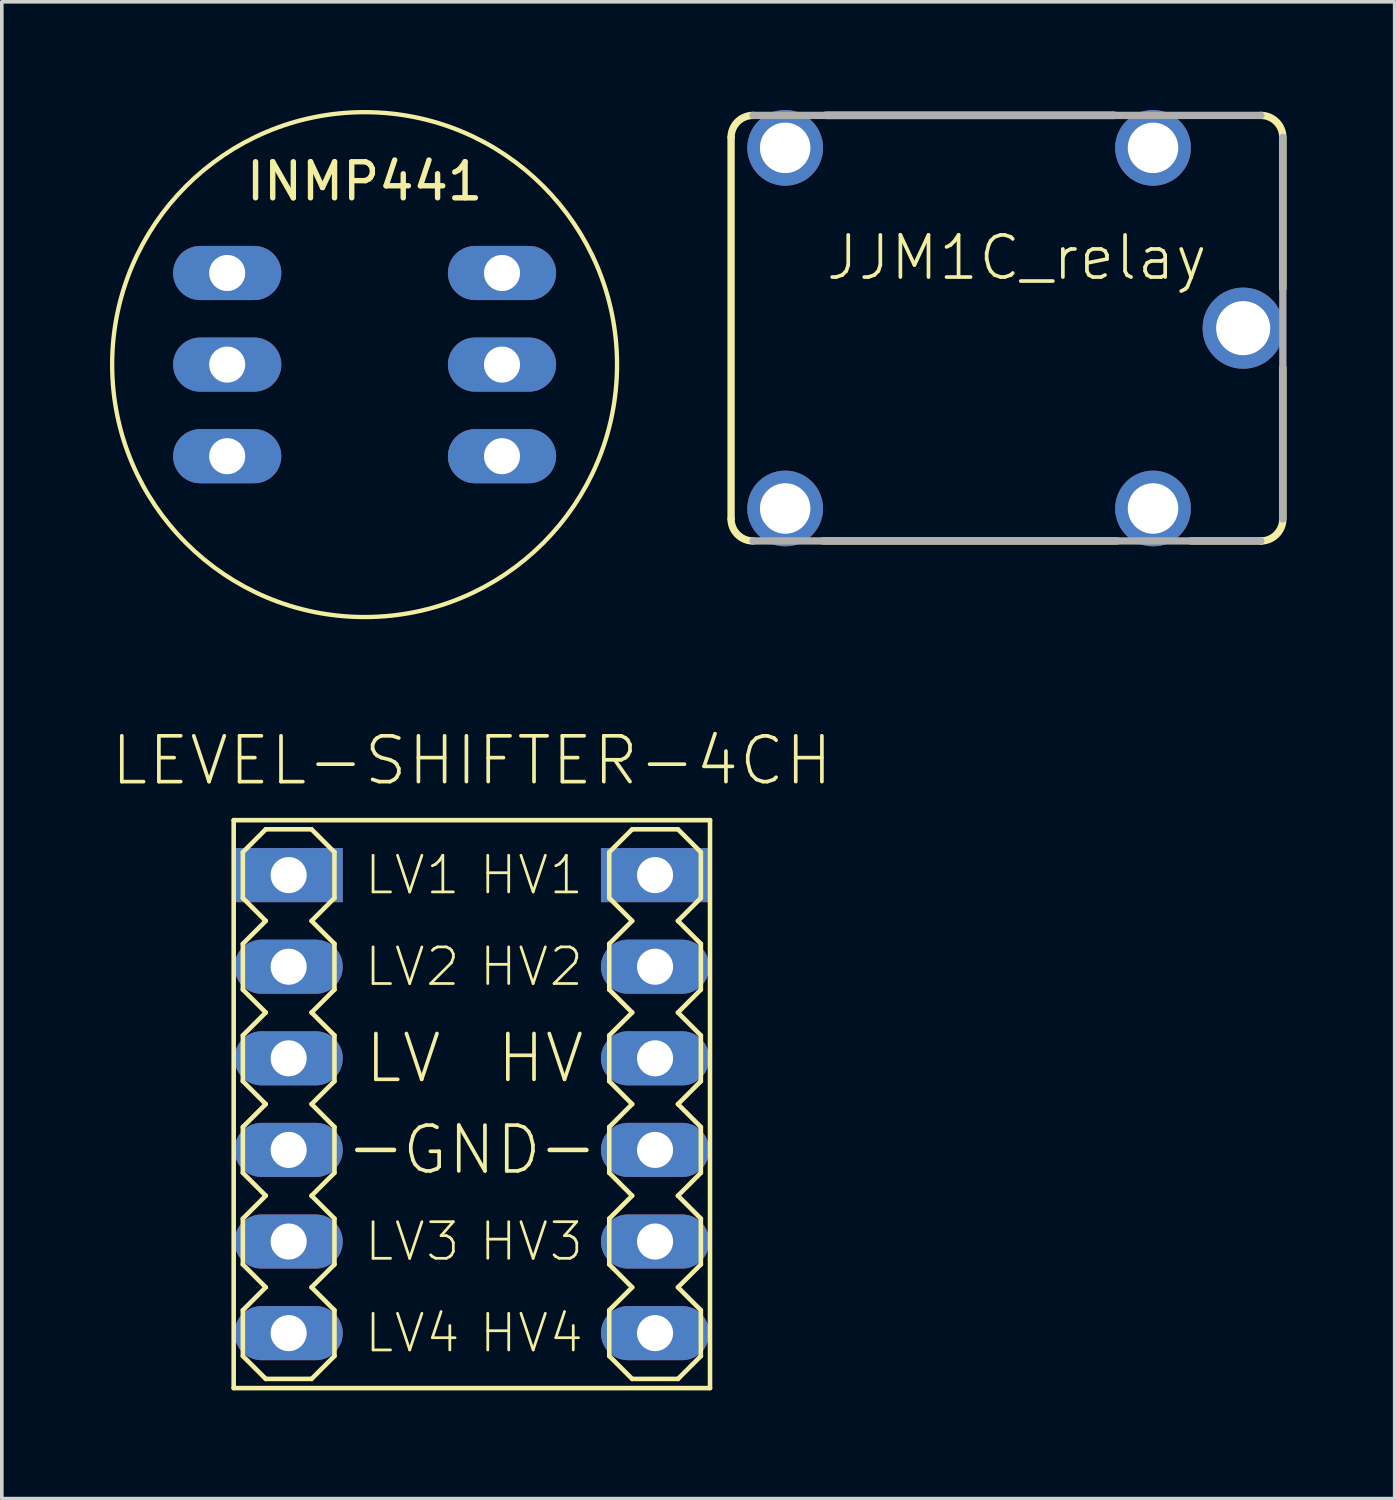
<source format=kicad_pcb>
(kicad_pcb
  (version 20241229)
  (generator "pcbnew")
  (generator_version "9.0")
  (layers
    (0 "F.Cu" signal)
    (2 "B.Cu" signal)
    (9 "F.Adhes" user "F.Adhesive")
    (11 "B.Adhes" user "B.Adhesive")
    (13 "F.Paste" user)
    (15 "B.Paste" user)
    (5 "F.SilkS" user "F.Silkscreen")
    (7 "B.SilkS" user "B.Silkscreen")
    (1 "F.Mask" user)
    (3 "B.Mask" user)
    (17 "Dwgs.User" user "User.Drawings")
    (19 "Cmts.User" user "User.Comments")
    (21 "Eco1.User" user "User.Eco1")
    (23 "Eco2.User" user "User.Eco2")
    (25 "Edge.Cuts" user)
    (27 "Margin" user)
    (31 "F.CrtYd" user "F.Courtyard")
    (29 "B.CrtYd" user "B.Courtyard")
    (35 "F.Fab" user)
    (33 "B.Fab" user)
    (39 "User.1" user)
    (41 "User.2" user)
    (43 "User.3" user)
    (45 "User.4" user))
  (footprint "INMP441"
    (layer "F.Cu")
    (at 7.06 7.06)
    (property "Reference" "INMP441" (at 0 -5.08 0) (unlocked yes) (layer "F.SilkS") (effects (font (size 1 1) (thickness 0.15))))
    (attr through_hole)
    (fp_circle (center 0 0) (end 7 0) (stroke (width 0.12) (type solid)) (fill no) (layer "F.SilkS"))
    (pad "GND" thru_hole oval (at -3.81 -2.54) (size 3 1.5) (drill 1) (layers "*.Cu" "*.Mask"))
    (pad "L/R" thru_hole oval (at 3.81 -2.54) (size 3 1.5) (drill 1) (layers "*.Cu" "*.Mask"))
    (pad "SCK" thru_hole oval (at 3.81 2.54) (size 3 1.5) (drill 1) (layers "*.Cu" "*.Mask"))
    (pad "SD" thru_hole oval (at -3.81 2.54) (size 3 1.5) (drill 1) (layers "*.Cu" "*.Mask"))
    (pad "VDD" thru_hole oval (at -3.81 0) (size 3 1.5) (drill 1) (layers "*.Cu" "*.Mask"))
    (pad "WS" thru_hole oval (at 3.81 0) (size 3 1.5) (drill 1) (layers "*.Cu" "*.Mask")))
  (footprint "JJM1C_relay"
    (layer "F.Cu")
    (at 24.872 6.05)
    (property "Reference" "JJM1C_relay" (at -5.08 -1.27 0) (layer "F.SilkS") (effects (font (size 1.168 1.168) (thickness 0.102)) (justify left bottom)))
    (attr through_hole)
    (fp_line (start -7.65 5.29) (end -7.65 -5.29) (stroke (width 0.203) (type solid)) (layer "F.SilkS"))
    (fp_line (start -5.05 -5.9) (end 2.95 -5.9) (stroke (width 0.203) (type solid)) (layer "F.SilkS"))
    (fp_line (start -5 -5.9) (end 2.95 -5.9) (stroke (width 0.203) (type solid)) (layer "F.SilkS"))
    (fp_line (start 2.95 -5.9) (end 3 -5.9) (stroke (width 0.203) (type solid)) (layer "F.SilkS"))
    (fp_line (start 3.05 5.9) (end -5.1 5.9) (stroke (width 0.203) (type solid)) (layer "F.SilkS"))
    (fp_line (start 7.05 5.9) (end 5.1 5.9) (stroke (width 0.203) (type solid)) (layer "F.SilkS"))
    (fp_line (start 7.65 -5.25) (end 7.65 -1.1) (stroke (width 0.203) (type solid)) (layer "F.SilkS"))
    (fp_line (start 7.65 1.1) (end 7.65 5.25) (stroke (width 0.203) (type solid)) (layer "F.SilkS"))
    (fp_arc (start -7.65 -5.2904) (mid -7.471452 -5.721452) (end -7.0404 -5.9) (stroke (width 0.2032) (type solid)) (layer "F.SilkS"))
    (fp_arc (start -7.0404 5.9) (mid -7.471452 5.721452) (end -7.65 5.2904) (stroke (width 0.2032) (type solid)) (layer "F.SilkS"))
    (fp_arc (start 7.0404 -5.9) (mid 7.471452 -5.721452) (end 7.65 -5.2904) (stroke (width 0.2032) (type solid)) (layer "F.SilkS"))
    (fp_arc (start 7.05 5.9) (mid 7.0452 5.900019) (end 7.0404 5.9) (stroke (width 0.2032) (type solid)) (layer "F.SilkS"))
    (fp_arc (start 7.65 5.2904) (mid 7.474831 5.718065) (end 7.05 5.9) (stroke (width 0.2032) (type solid)) (layer "F.SilkS"))
    (fp_line (start -7.04 -5.9) (end 7.04 -5.9) (stroke (width 0.203) (type solid)) (layer "F.Fab"))
    (fp_line (start 7.04 5.9) (end -7.04 5.9) (stroke (width 0.203) (type solid)) (layer "F.Fab"))
    (fp_line (start 7.65 -5.29) (end 7.65 5.29) (stroke (width 0.203) (type solid)) (layer "F.Fab"))
    (pad "1" thru_hole circle (at 6.55 0 180) (size 2.25 2.25) (drill 1.5) (layers "*.Cu" "*.Mask"))
    (pad "2" thru_hole circle (at 4.05 5 180) (size 2.1 2.1) (drill 1.4) (layers "*.Cu" "*.Mask"))
    (pad "3" thru_hole circle (at -6.15 -5 180) (size 2.1 2.1) (drill 1.4) (layers "*.Cu" "*.Mask"))
    (pad "4" thru_hole circle (at -6.15 5 180) (size 2.1 2.1) (drill 1.4) (layers "*.Cu" "*.Mask"))
    (pad "5" thru_hole circle (at 4.05 -5 180) (size 2.1 2.1) (drill 1.4) (layers "*.Cu" "*.Mask")))
  (footprint "LEVEL-SHIFTER-4CH"
    (layer "F.Cu")
    (at 10.034 27.566)
    (property "Reference" "LEVEL-SHIFTER-4CH" (at 0 -9.525 0) (layer "F.SilkS") (effects (font (size 1.27 1.27) (thickness 0.102))))
    (attr exclude_from_pos_files exclude_from_bom)
    (fp_line (start -6.604 -7.874) (end 6.604 -7.874) (stroke (width 0.127) (type solid)) (layer "F.SilkS"))
    (fp_line (start -6.604 7.874) (end -6.604 -7.874) (stroke (width 0.127) (type solid)) (layer "F.SilkS"))
    (fp_line (start -6.35 -6.985) (end -6.35 -5.715) (stroke (width 0.127) (type solid)) (layer "F.SilkS"))
    (fp_line (start -6.35 -6.985) (end -5.715 -7.62) (stroke (width 0.127) (type solid)) (layer "F.SilkS"))
    (fp_line (start -6.35 -5.715) (end -5.715 -5.08) (stroke (width 0.127) (type solid)) (layer "F.SilkS"))
    (fp_line (start -6.35 -4.445) (end -6.35 -3.175) (stroke (width 0.127) (type solid)) (layer "F.SilkS"))
    (fp_line (start -6.35 -3.175) (end -5.715 -2.54) (stroke (width 0.127) (type solid)) (layer "F.SilkS"))
    (fp_line (start -6.35 -1.905) (end -6.35 -0.635) (stroke (width 0.127) (type solid)) (layer "F.SilkS"))
    (fp_line (start -6.35 -0.635) (end -5.715 0) (stroke (width 0.127) (type solid)) (layer "F.SilkS"))
    (fp_line (start -6.35 0.635) (end -6.35 1.905) (stroke (width 0.127) (type solid)) (layer "F.SilkS"))
    (fp_line (start -6.35 1.905) (end -5.715 2.54) (stroke (width 0.127) (type solid)) (layer "F.SilkS"))
    (fp_line (start -6.35 3.175) (end -6.35 4.445) (stroke (width 0.127) (type solid)) (layer "F.SilkS"))
    (fp_line (start -6.35 4.445) (end -5.715 5.08) (stroke (width 0.127) (type solid)) (layer "F.SilkS"))
    (fp_line (start -6.35 5.715) (end -6.35 6.985) (stroke (width 0.127) (type solid)) (layer "F.SilkS"))
    (fp_line (start -5.715 -7.62) (end -4.445 -7.62) (stroke (width 0.127) (type solid)) (layer "F.SilkS"))
    (fp_line (start -5.715 -5.08) (end -6.35 -4.445) (stroke (width 0.127) (type solid)) (layer "F.SilkS"))
    (fp_line (start -5.715 -2.54) (end -6.35 -1.905) (stroke (width 0.127) (type solid)) (layer "F.SilkS"))
    (fp_line (start -5.715 0) (end -6.35 0.635) (stroke (width 0.127) (type solid)) (layer "F.SilkS"))
    (fp_line (start -5.715 2.54) (end -6.35 3.175) (stroke (width 0.127) (type solid)) (layer "F.SilkS"))
    (fp_line (start -5.715 5.08) (end -6.35 5.715) (stroke (width 0.127) (type solid)) (layer "F.SilkS"))
    (fp_line (start -5.715 7.62) (end -6.35 6.985) (stroke (width 0.127) (type solid)) (layer "F.SilkS"))
    (fp_line (start -4.445 -7.62) (end -3.81 -6.985) (stroke (width 0.127) (type solid)) (layer "F.SilkS"))
    (fp_line (start -4.445 -5.08) (end -3.81 -4.445) (stroke (width 0.127) (type solid)) (layer "F.SilkS"))
    (fp_line (start -4.445 -2.54) (end -3.81 -1.905) (stroke (width 0.127) (type solid)) (layer "F.SilkS"))
    (fp_line (start -4.445 0) (end -3.81 0.635) (stroke (width 0.127) (type solid)) (layer "F.SilkS"))
    (fp_line (start -4.445 2.54) (end -3.81 3.175) (stroke (width 0.127) (type solid)) (layer "F.SilkS"))
    (fp_line (start -4.445 5.08) (end -3.81 5.715) (stroke (width 0.127) (type solid)) (layer "F.SilkS"))
    (fp_line (start -4.445 7.62) (end -5.715 7.62) (stroke (width 0.127) (type solid)) (layer "F.SilkS"))
    (fp_line (start -3.81 -6.985) (end -3.81 -5.715) (stroke (width 0.127) (type solid)) (layer "F.SilkS"))
    (fp_line (start -3.81 -5.715) (end -4.445 -5.08) (stroke (width 0.127) (type solid)) (layer "F.SilkS"))
    (fp_line (start -3.81 -4.445) (end -3.81 -3.175) (stroke (width 0.127) (type solid)) (layer "F.SilkS"))
    (fp_line (start -3.81 -3.175) (end -4.445 -2.54) (stroke (width 0.127) (type solid)) (layer "F.SilkS"))
    (fp_line (start -3.81 -1.905) (end -3.81 -0.635) (stroke (width 0.127) (type solid)) (layer "F.SilkS"))
    (fp_line (start -3.81 -0.635) (end -4.445 0) (stroke (width 0.127) (type solid)) (layer "F.SilkS"))
    (fp_line (start -3.81 0.635) (end -3.81 1.905) (stroke (width 0.127) (type solid)) (layer "F.SilkS"))
    (fp_line (start -3.81 1.905) (end -4.445 2.54) (stroke (width 0.127) (type solid)) (layer "F.SilkS"))
    (fp_line (start -3.81 3.175) (end -3.81 4.445) (stroke (width 0.127) (type solid)) (layer "F.SilkS"))
    (fp_line (start -3.81 4.445) (end -4.445 5.08) (stroke (width 0.127) (type solid)) (layer "F.SilkS"))
    (fp_line (start -3.81 5.715) (end -3.81 6.985) (stroke (width 0.127) (type solid)) (layer "F.SilkS"))
    (fp_line (start -3.81 6.985) (end -4.445 7.62) (stroke (width 0.127) (type solid)) (layer "F.SilkS"))
    (fp_line (start -2.159 1.27) (end -3.175 1.27) (stroke (width 0.127) (type solid)) (layer "F.SilkS"))
    (fp_line (start 2.159 1.27) (end 3.175 1.27) (stroke (width 0.127) (type solid)) (layer "F.SilkS"))
    (fp_line (start 3.81 -6.985) (end 3.81 -5.715) (stroke (width 0.127) (type solid)) (layer "F.SilkS"))
    (fp_line (start 3.81 -5.715) (end 4.445 -5.08) (stroke (width 0.127) (type solid)) (layer "F.SilkS"))
    (fp_line (start 3.81 -4.445) (end 3.81 -3.175) (stroke (width 0.127) (type solid)) (layer "F.SilkS"))
    (fp_line (start 3.81 -3.175) (end 4.445 -2.54) (stroke (width 0.127) (type solid)) (layer "F.SilkS"))
    (fp_line (start 3.81 -1.905) (end 3.81 -0.635) (stroke (width 0.127) (type solid)) (layer "F.SilkS"))
    (fp_line (start 3.81 -0.635) (end 4.445 0) (stroke (width 0.127) (type solid)) (layer "F.SilkS"))
    (fp_line (start 3.81 0.635) (end 3.81 1.905) (stroke (width 0.127) (type solid)) (layer "F.SilkS"))
    (fp_line (start 3.81 1.905) (end 4.445 2.54) (stroke (width 0.127) (type solid)) (layer "F.SilkS"))
    (fp_line (start 3.81 3.175) (end 3.81 4.445) (stroke (width 0.127) (type solid)) (layer "F.SilkS"))
    (fp_line (start 3.81 4.445) (end 4.445 5.08) (stroke (width 0.127) (type solid)) (layer "F.SilkS"))
    (fp_line (start 3.81 5.715) (end 3.81 6.985) (stroke (width 0.127) (type solid)) (layer "F.SilkS"))
    (fp_line (start 3.81 6.985) (end 4.445 7.62) (stroke (width 0.127) (type solid)) (layer "F.SilkS"))
    (fp_line (start 4.445 -7.62) (end 3.81 -6.985) (stroke (width 0.127) (type solid)) (layer "F.SilkS"))
    (fp_line (start 4.445 -7.62) (end 5.715 -7.62) (stroke (width 0.127) (type solid)) (layer "F.SilkS"))
    (fp_line (start 4.445 -5.08) (end 3.81 -4.445) (stroke (width 0.127) (type solid)) (layer "F.SilkS"))
    (fp_line (start 4.445 -2.54) (end 3.81 -1.905) (stroke (width 0.127) (type solid)) (layer "F.SilkS"))
    (fp_line (start 4.445 0) (end 3.81 0.635) (stroke (width 0.127) (type solid)) (layer "F.SilkS"))
    (fp_line (start 4.445 2.54) (end 3.81 3.175) (stroke (width 0.127) (type solid)) (layer "F.SilkS"))
    (fp_line (start 4.445 5.08) (end 3.81 5.715) (stroke (width 0.127) (type solid)) (layer "F.SilkS"))
    (fp_line (start 5.715 -5.08) (end 6.35 -4.445) (stroke (width 0.127) (type solid)) (layer "F.SilkS"))
    (fp_line (start 5.715 -2.54) (end 6.35 -1.905) (stroke (width 0.127) (type solid)) (layer "F.SilkS"))
    (fp_line (start 5.715 0) (end 6.35 0.635) (stroke (width 0.127) (type solid)) (layer "F.SilkS"))
    (fp_line (start 5.715 2.54) (end 6.35 3.175) (stroke (width 0.127) (type solid)) (layer "F.SilkS"))
    (fp_line (start 5.715 5.08) (end 6.35 5.715) (stroke (width 0.127) (type solid)) (layer "F.SilkS"))
    (fp_line (start 5.715 7.62) (end 4.445 7.62) (stroke (width 0.127) (type solid)) (layer "F.SilkS"))
    (fp_line (start 5.715 7.62) (end 6.35 6.985) (stroke (width 0.127) (type solid)) (layer "F.SilkS"))
    (fp_line (start 6.35 -6.985) (end 5.715 -7.62) (stroke (width 0.127) (type solid)) (layer "F.SilkS"))
    (fp_line (start 6.35 -5.715) (end 5.715 -5.08) (stroke (width 0.127) (type solid)) (layer "F.SilkS"))
    (fp_line (start 6.35 -5.715) (end 6.35 -6.985) (stroke (width 0.127) (type solid)) (layer "F.SilkS"))
    (fp_line (start 6.35 -4.445) (end 6.35 -3.175) (stroke (width 0.127) (type solid)) (layer "F.SilkS"))
    (fp_line (start 6.35 -3.175) (end 5.715 -2.54) (stroke (width 0.127) (type solid)) (layer "F.SilkS"))
    (fp_line (start 6.35 -1.905) (end 6.35 -0.635) (stroke (width 0.127) (type solid)) (layer "F.SilkS"))
    (fp_line (start 6.35 -0.635) (end 5.715 0) (stroke (width 0.127) (type solid)) (layer "F.SilkS"))
    (fp_line (start 6.35 0.635) (end 6.35 1.905) (stroke (width 0.127) (type solid)) (layer "F.SilkS"))
    (fp_line (start 6.35 1.905) (end 5.715 2.54) (stroke (width 0.127) (type solid)) (layer "F.SilkS"))
    (fp_line (start 6.35 3.175) (end 6.35 4.445) (stroke (width 0.127) (type solid)) (layer "F.SilkS"))
    (fp_line (start 6.35 4.445) (end 5.715 5.08) (stroke (width 0.127) (type solid)) (layer "F.SilkS"))
    (fp_line (start 6.35 6.985) (end 6.35 5.715) (stroke (width 0.127) (type solid)) (layer "F.SilkS"))
    (fp_line (start 6.604 -7.874) (end 6.604 7.874) (stroke (width 0.127) (type solid)) (layer "F.SilkS"))
    (fp_line (start 6.604 7.874) (end -6.604 7.874) (stroke (width 0.127) (type solid)) (layer "F.SilkS"))
    (fp_text user "HV" (at 1.905 -1.27 0) (layer "F.SilkS") (effects (font (size 1.27 1.27) (thickness 0.102))))
    (fp_text user "HV4" (at 1.651 6.35 0) (layer "F.SilkS") (effects (font (size 1.016 1.016) (thickness 0.076))))
    (fp_text user "LV2" (at -1.651 -3.81 0) (layer "F.SilkS") (effects (font (size 1.016 1.016) (thickness 0.076))))
    (fp_text user "HV3" (at 1.651 3.81 0) (layer "F.SilkS") (effects (font (size 1.016 1.016) (thickness 0.076))))
    (fp_text user "HV2" (at 1.651 -3.81 0) (layer "F.SilkS") (effects (font (size 1.016 1.016) (thickness 0.076))))
    (fp_text user "HV1" (at 1.651 -6.35 0) (layer "F.SilkS") (effects (font (size 1.016 1.016) (thickness 0.076))))
    (fp_text user "LV3" (at -1.651 3.81 0) (layer "F.SilkS") (effects (font (size 1.016 1.016) (thickness 0.076))))
    (fp_text user "LV4" (at -1.651 6.35 0) (layer "F.SilkS") (effects (font (size 1.016 1.016) (thickness 0.076))))
    (fp_text user "GND" (at 0 1.27 0) (layer "F.SilkS") (effects (font (size 1.27 1.27) (thickness 0.102))))
    (fp_text user "LV" (at -1.905 -1.27 0) (layer "F.SilkS") (effects (font (size 1.27 1.27) (thickness 0.102))))
    (fp_text user "LV1" (at -1.651 -6.35 0) (layer "F.SilkS") (effects (font (size 1.016 1.016) (thickness 0.076))))
    (pad "J1.1" thru_hole rect (at -5.08 -6.35) (size 3 1.5) (drill 1) (layers "*.Cu" "*.Paste" "*.Mask"))
    (pad "J1.2" thru_hole oval (at -5.08 -3.81) (size 3 1.5) (drill 1) (layers "*.Cu" "*.Paste" "*.Mask"))
    (pad "J1.3" thru_hole oval (at -5.08 -1.27) (size 3 1.5) (drill 1) (layers "*.Cu" "*.Paste" "*.Mask"))
    (pad "J1.4" thru_hole oval (at -5.08 1.27) (size 3 1.5) (drill 1) (layers "*.Cu" "*.Paste" "*.Mask"))
    (pad "J1.5" thru_hole oval (at -5.08 3.81) (size 3 1.5) (drill 1) (layers "*.Cu" "*.Paste" "*.Mask"))
    (pad "J1.6" thru_hole oval (at -5.08 6.35) (size 3 1.5) (drill 1) (layers "*.Cu" "*.Paste" "*.Mask"))
    (pad "J2.1" thru_hole rect (at 5.08 -6.35) (size 3 1.5) (drill 1) (layers "*.Cu" "*.Paste" "*.Mask"))
    (pad "J2.2" thru_hole oval (at 5.08 -3.81) (size 3 1.5) (drill 1) (layers "*.Cu" "*.Paste" "*.Mask"))
    (pad "J2.3" thru_hole oval (at 5.08 -1.27) (size 3 1.5) (drill 1) (layers "*.Cu" "*.Paste" "*.Mask"))
    (pad "J2.4" thru_hole oval (at 5.08 1.27) (size 3 1.5) (drill 1) (layers "*.Cu" "*.Paste" "*.Mask"))
    (pad "J2.5" thru_hole oval (at 5.08 3.81) (size 3 1.5) (drill 1) (layers "*.Cu" "*.Paste" "*.Mask"))
    (pad "J2.6" thru_hole oval (at 5.08 6.35) (size 3 1.5) (drill 1) (layers "*.Cu" "*.Paste" "*.Mask")))
  (gr_rect
    (start -3 -3)
    (end 35.623 38.504)
    (stroke (width 0.1) (type default))
    (fill no)
    (layer "Edge.Cuts")))
</source>
